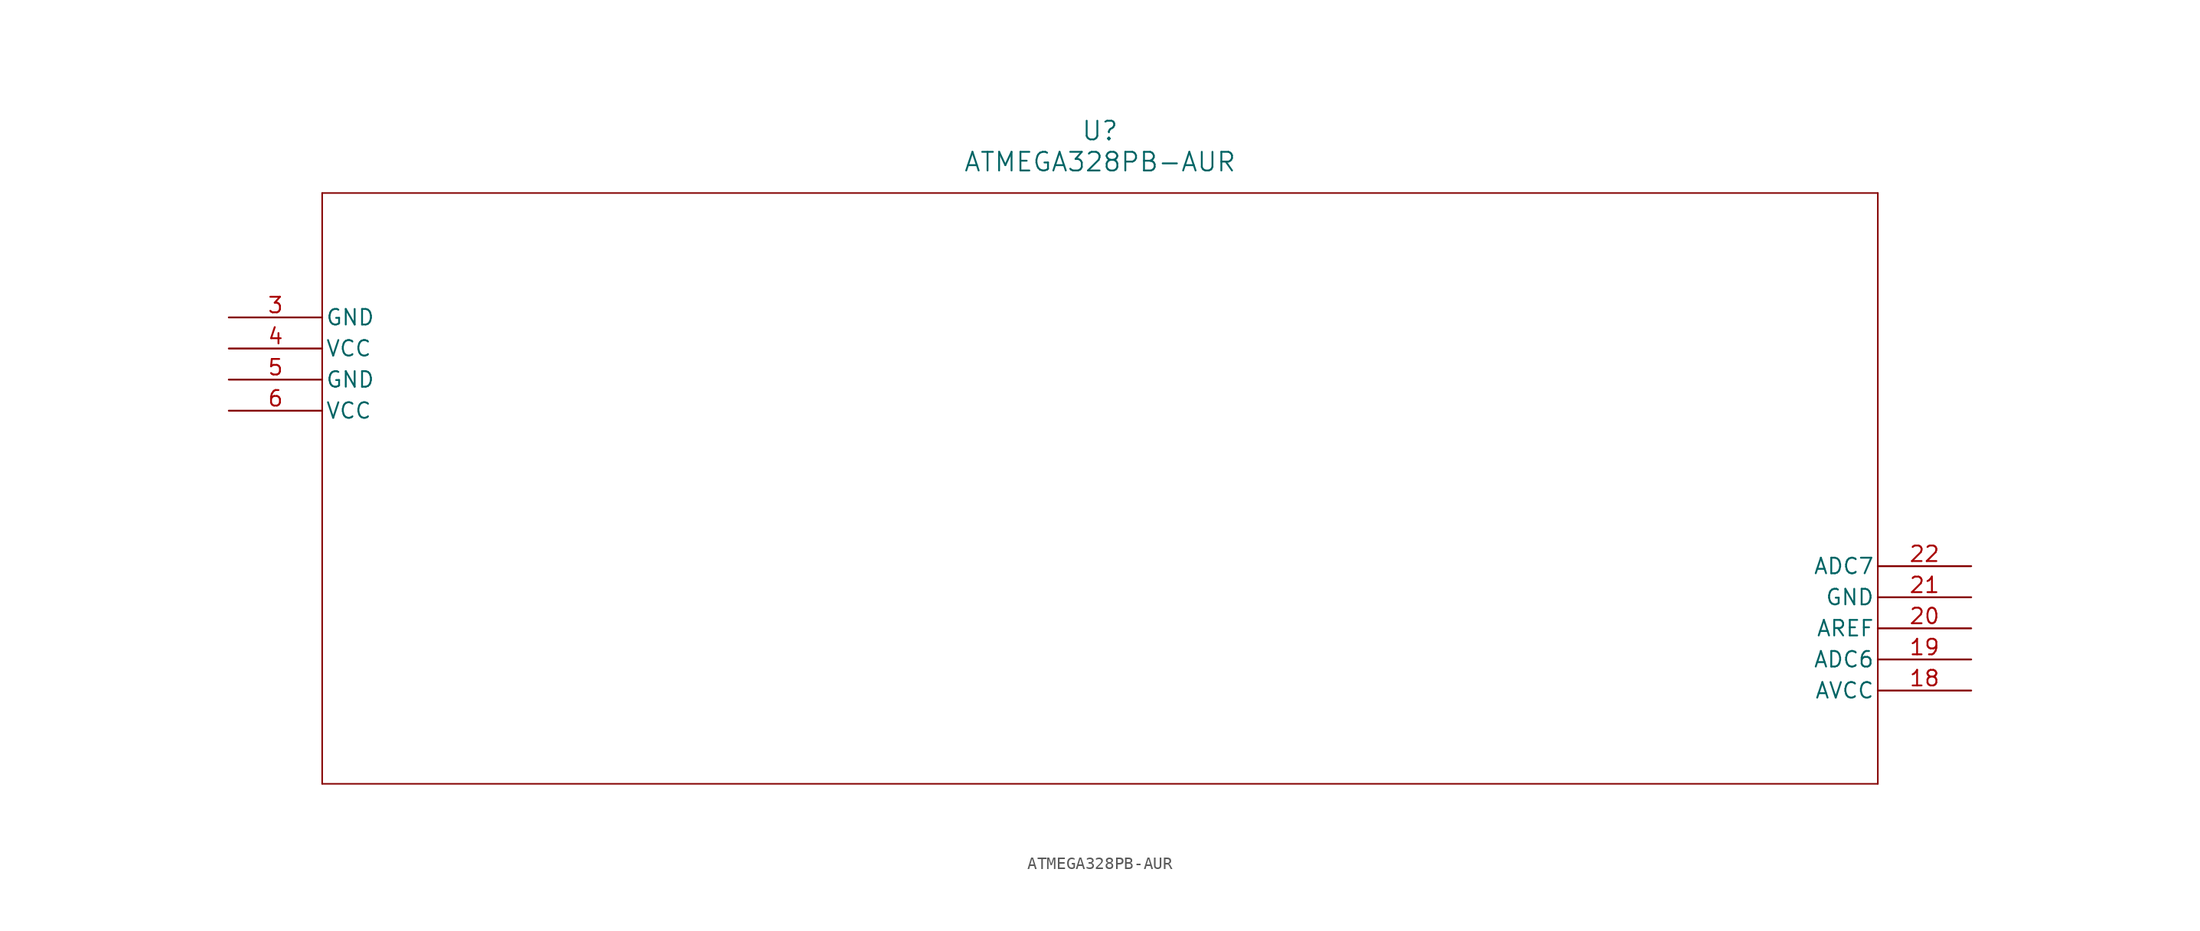
<source format=kicad_sym>
(kicad_symbol_lib
  (version 20211014)
  (generator kicad_symbol_editor)
  (symbol "ATMEGA328PB-AUR"
    (pin_names
      (offset 0.254))
    (property "Reference" "U"
      (at 71.12 10.16 0)
      (effects (font (size 1.524 1.524))))
    (property "Value" "ATMEGA328PB-AUR"
      (at 71.12 7.62 0)
      (effects (font (size 1.524 1.524))))
    (symbol "ATMEGA328PB-AUR_0_1"
      (polyline (pts (xy 7.62 5.08) (xy 7.62 -43.18)) (stroke (width .127) (type default) (color 0 0 0 0)) (fill (type none)))
      (polyline (pts (xy 7.62 -43.18) (xy 134.62 -43.18)) (stroke (width .127) (type default) (color 0 0 0 0)) (fill (type none)))
      (polyline (pts (xy 134.62 -43.18) (xy 134.62 5.08)) (stroke (width .127) (type default) (color 0 0 0 0)) (fill (type none)))
      (polyline (pts (xy 134.62 5.08) (xy 7.62 5.08)) (stroke (width .127) (type default) (color 0 0 0 0)) (fill (type none)))
      (pin power_in line (at 0 -5.08 0) (length 7.62) (name "GND" (effects (font (size 1.27 1.27)))) (number "3" (effects (font (size 1.27 1.27)))))
      (pin power_in line (at 0 -7.62 0) (length 7.62) (name "VCC" (effects (font (size 1.27 1.27)))) (number "4" (effects (font (size 1.27 1.27)))))
      (pin power_in line (at 0 -10.16 0) (length 7.62) (name "GND" (effects (font (size 1.27 1.27)))) (number "5" (effects (font (size 1.27 1.27)))))
      (pin power_in line (at 0 -12.7 0) (length 7.62) (name "VCC" (effects (font (size 1.27 1.27)))) (number "6" (effects (font (size 1.27 1.27)))))
      (pin power_in line (at 142.24 -35.56 180) (length 7.62) (name "AVCC" (effects (font (size 1.27 1.27)))) (number "18" (effects (font (size 1.27 1.27)))))
      (pin input line (at 142.24 -33.02 180) (length 7.62) (name "ADC6" (effects (font (size 1.27 1.27)))) (number "19" (effects (font (size 1.27 1.27)))))
      (pin unspecified line (at 142.24 -30.48 180) (length 7.62) (name "AREF" (effects (font (size 1.27 1.27)))) (number "20" (effects (font (size 1.27 1.27)))))
      (pin power_in line (at 142.24 -27.94 180) (length 7.62) (name "GND" (effects (font (size 1.27 1.27)))) (number "21" (effects (font (size 1.27 1.27)))))
      (pin input line (at 142.24 -25.4 180) (length 7.62) (name "ADC7" (effects (font (size 1.27 1.27)))) (number "22" (effects (font (size 1.27 1.27))))))))
</source>
